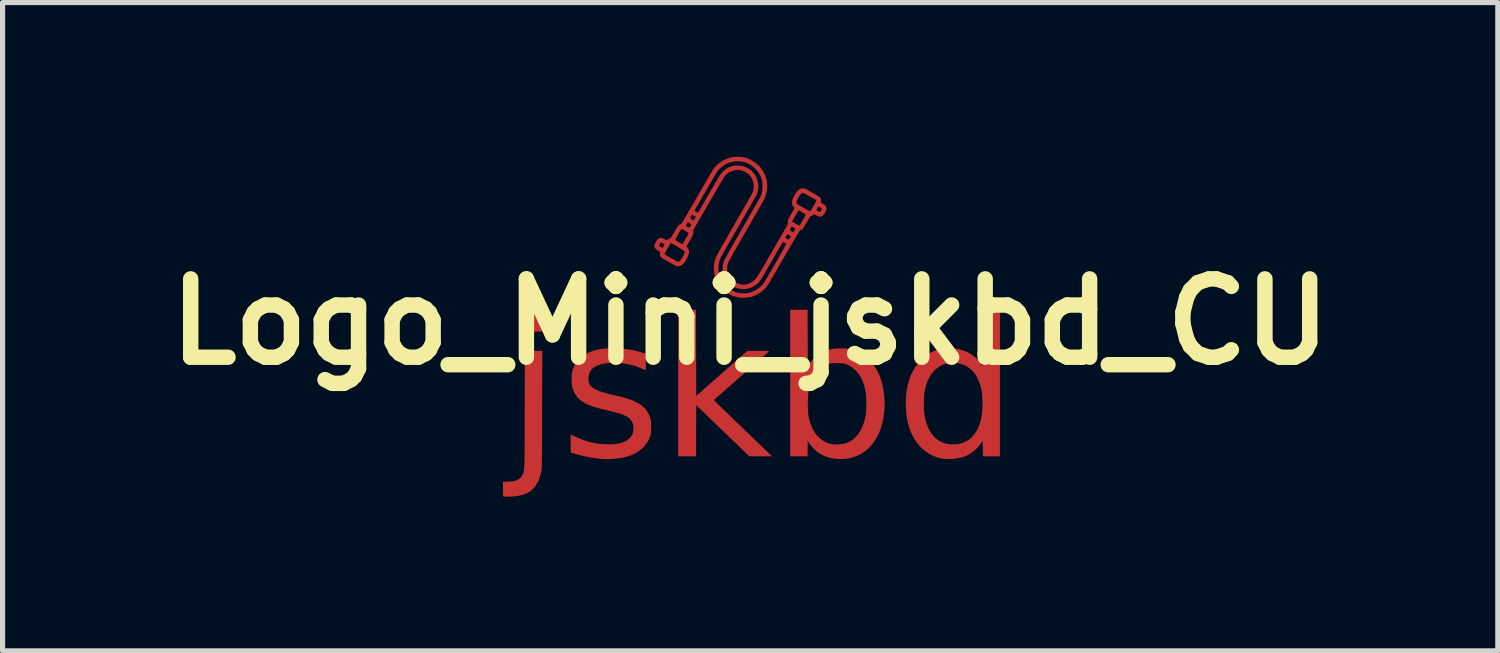
<source format=kicad_pcb>
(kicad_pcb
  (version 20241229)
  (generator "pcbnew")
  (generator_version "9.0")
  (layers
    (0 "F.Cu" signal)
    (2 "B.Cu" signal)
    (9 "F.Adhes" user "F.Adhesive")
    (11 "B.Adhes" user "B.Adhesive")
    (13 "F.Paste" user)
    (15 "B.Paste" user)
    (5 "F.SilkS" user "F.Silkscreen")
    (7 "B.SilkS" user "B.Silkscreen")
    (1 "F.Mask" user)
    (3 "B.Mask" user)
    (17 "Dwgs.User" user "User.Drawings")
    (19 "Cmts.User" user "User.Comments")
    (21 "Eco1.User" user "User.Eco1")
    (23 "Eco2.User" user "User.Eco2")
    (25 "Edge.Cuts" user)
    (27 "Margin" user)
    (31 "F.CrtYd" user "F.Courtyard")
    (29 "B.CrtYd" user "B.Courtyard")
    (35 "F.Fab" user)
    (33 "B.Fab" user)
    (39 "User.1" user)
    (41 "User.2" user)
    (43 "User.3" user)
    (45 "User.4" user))
  (footprint "Logo_Mini_jskbd_CU"
    (layer "F.Cu")
    (at 11.546 3.211)
    (property "Reference" "Logo_Mini_jskbd_CU" (at 0 0 0) (layer "F.SilkS") (effects (font (size 1.524 1.524) (thickness 0.3))))
    (attr board_only exclude_from_pos_files exclude_from_bom)
    (fp_poly (pts (xy -4.046 0.191) (xy -4.385 0.191) (xy -4.385 -0.233) (xy -4.046 -0.233)) (stroke (width 0) (type solid)) (fill yes) (layer "F.Cu"))
    (fp_poly (pts (xy -1.05 1.442) (xy -0.553 1.004) (xy -0.055 0.566) (xy 0.162 0.566) (xy 0.222 0.566) (xy 0.271 0.566) (xy 0.307 0.566) (xy 0.334 0.567) (xy 0.352 0.568) (xy 0.363 0.569) (xy 0.368 0.572) (xy 0.368 0.574) (xy 0.366 0.578) (xy 0.364 0.579) (xy 0.357 0.585) (xy 0.34 0.601) (xy 0.314 0.624) (xy 0.279 0.654) (xy 0.237 0.691) (xy 0.188 0.735) (xy 0.133 0.783) (xy 0.072 0.837) (xy 0.007 0.894) (xy -0.062 0.955) (xy -0.134 1.018) (xy -0.163 1.043) (xy -0.236 1.108) (xy -0.306 1.17) (xy -0.373 1.229) (xy -0.436 1.284) (xy -0.493 1.335) (xy -0.545 1.38) (xy -0.59 1.42) (xy -0.628 1.453) (xy -0.658 1.48) (xy -0.679 1.498) (xy -0.69 1.508) (xy -0.692 1.51) (xy -0.708 1.525) (xy -0.159 2.055) (xy -0.084 2.127) (xy -0.013 2.196) (xy 0.056 2.262) (xy 0.12 2.324) (xy 0.18 2.381) (xy 0.234 2.434) (xy 0.282 2.48) (xy 0.324 2.52) (xy 0.358 2.552) (xy 0.384 2.577) (xy 0.402 2.594) (xy 0.409 2.601) (xy 0.409 2.601) (xy 0.428 2.617) (xy -0.018 2.617) (xy -0.534 2.12) (xy -1.05 1.623) (xy -1.054 2.617) (xy -1.401 2.617) (xy -1.401 -0.233) (xy -1.054 -0.233)) (stroke (width 0) (type solid)) (fill yes) (layer "F.Cu"))
    (fp_poly (pts (xy -4.048 1.703) (xy -4.048 1.852) (xy -4.049 1.988) (xy -4.049 2.112) (xy -4.049 2.223) (xy -4.05 2.322) (xy -4.05 2.411) (xy -4.05 2.49) (xy -4.051 2.559) (xy -4.051 2.62) (xy -4.052 2.672) (xy -4.053 2.717) (xy -4.053 2.755) (xy -4.054 2.788) (xy -4.055 2.815) (xy -4.056 2.837) (xy -4.057 2.855) (xy -4.058 2.87) (xy -4.059 2.882) (xy -4.061 2.892) (xy -4.062 2.9) (xy -4.074 2.953) (xy -4.085 2.996) (xy -4.096 3.033) (xy -4.11 3.07) (xy -4.127 3.108) (xy -4.133 3.119) (xy -4.172 3.188) (xy -4.22 3.246) (xy -4.276 3.295) (xy -4.342 3.334) (xy -4.418 3.364) (xy -4.505 3.385) (xy -4.583 3.395) (xy -4.62 3.398) (xy -4.66 3.4) (xy -4.7 3.402) (xy -4.737 3.402) (xy -4.768 3.402) (xy -4.792 3.4) (xy -4.804 3.398) (xy -4.805 3.398) (xy -4.807 3.389) (xy -4.808 3.369) (xy -4.809 3.339) (xy -4.81 3.302) (xy -4.81 3.259) (xy -4.81 3.253) (xy -4.81 3.112) (xy -4.737 3.112) (xy -4.658 3.108) (xy -4.59 3.097) (xy -4.534 3.079) (xy -4.489 3.054) (xy -4.455 3.021) (xy -4.431 2.98) (xy -4.427 2.971) (xy -4.422 2.958) (xy -4.418 2.947) (xy -4.414 2.936) (xy -4.41 2.925) (xy -4.407 2.913) (xy -4.404 2.899) (xy -4.402 2.883) (xy -4.4 2.864) (xy -4.398 2.841) (xy -4.396 2.814) (xy -4.394 2.782) (xy -4.393 2.744) (xy -4.392 2.699) (xy -4.391 2.648) (xy -4.391 2.589) (xy -4.39 2.522) (xy -4.389 2.445) (xy -4.389 2.358) (xy -4.389 2.262) (xy -4.388 2.153) (xy -4.388 2.034) (xy -4.388 1.901) (xy -4.388 1.755) (xy -4.387 1.699) (xy -4.385 0.566) (xy -4.045 0.566)) (stroke (width 0) (type solid)) (fill yes) (layer "F.Cu"))
    (fp_poly (pts (xy 1.121 0.864) (xy 1.156 0.814) (xy 1.216 0.737) (xy 1.286 0.671) (xy 1.365 0.616) (xy 1.452 0.572) (xy 1.546 0.54) (xy 1.549 0.539) (xy 1.594 0.53) (xy 1.649 0.523) (xy 1.709 0.519) (xy 1.77 0.517) (xy 1.829 0.517) (xy 1.88 0.52) (xy 1.901 0.523) (xy 2.001 0.546) (xy 2.095 0.582) (xy 2.183 0.63) (xy 2.264 0.691) (xy 2.339 0.764) (xy 2.408 0.85) (xy 2.463 0.937) (xy 2.511 1.032) (xy 2.549 1.137) (xy 2.579 1.249) (xy 2.6 1.366) (xy 2.612 1.487) (xy 2.616 1.61) (xy 2.61 1.733) (xy 2.595 1.853) (xy 2.571 1.97) (xy 2.539 2.081) (xy 2.499 2.178) (xy 2.445 2.281) (xy 2.383 2.372) (xy 2.313 2.451) (xy 2.235 2.519) (xy 2.151 2.574) (xy 2.06 2.617) (xy 1.963 2.648) (xy 1.86 2.666) (xy 1.751 2.671) (xy 1.659 2.666) (xy 1.574 2.652) (xy 1.49 2.628) (xy 1.411 2.596) (xy 1.342 2.558) (xy 1.34 2.557) (xy 1.302 2.528) (xy 1.26 2.491) (xy 1.218 2.448) (xy 1.18 2.405) (xy 1.154 2.37) (xy 1.118 2.318) (xy 1.118 2.617) (xy 0.778 2.617) (xy 0.778 1.618) (xy 1.121 1.618) (xy 1.122 1.677) (xy 1.124 1.73) (xy 1.127 1.775) (xy 1.131 1.807) (xy 1.151 1.909) (xy 1.178 1.998) (xy 1.211 2.078) (xy 1.252 2.148) (xy 1.3 2.212) (xy 1.329 2.242) (xy 1.391 2.296) (xy 1.455 2.336) (xy 1.524 2.364) (xy 1.599 2.381) (xy 1.623 2.383) (xy 1.651 2.386) (xy 1.675 2.387) (xy 1.699 2.387) (xy 1.728 2.385) (xy 1.765 2.381) (xy 1.778 2.38) (xy 1.854 2.365) (xy 1.925 2.337) (xy 1.99 2.297) (xy 2.05 2.245) (xy 2.103 2.183) (xy 2.15 2.109) (xy 2.189 2.026) (xy 2.221 1.934) (xy 2.244 1.833) (xy 2.251 1.792) (xy 2.255 1.748) (xy 2.258 1.695) (xy 2.26 1.634) (xy 2.26 1.571) (xy 2.258 1.508) (xy 2.255 1.449) (xy 2.251 1.398) (xy 2.247 1.369) (xy 2.224 1.264) (xy 2.193 1.168) (xy 2.153 1.082) (xy 2.105 1.006) (xy 2.049 0.942) (xy 1.986 0.888) (xy 1.915 0.846) (xy 1.857 0.822) (xy 1.833 0.815) (xy 1.813 0.81) (xy 1.792 0.806) (xy 1.767 0.805) (xy 1.734 0.804) (xy 1.691 0.803) (xy 1.691 0.803) (xy 1.647 0.804) (xy 1.615 0.805) (xy 1.59 0.806) (xy 1.568 0.81) (xy 1.548 0.815) (xy 1.525 0.822) (xy 1.524 0.822) (xy 1.446 0.856) (xy 1.376 0.901) (xy 1.313 0.957) (xy 1.26 1.025) (xy 1.214 1.104) (xy 1.177 1.195) (xy 1.147 1.297) (xy 1.134 1.365) (xy 1.129 1.4) (xy 1.126 1.446) (xy 1.123 1.5) (xy 1.122 1.559) (xy 1.121 1.618) (xy 0.778 1.618) (xy 0.778 -0.233) (xy 1.117 -0.233)) (stroke (width 0) (type solid)) (fill yes) (layer "F.Cu"))
    (fp_poly (pts (xy 4.859 2.617) (xy 4.527 2.617) (xy 4.525 2.467) (xy 4.523 2.316) (xy 4.492 2.362) (xy 4.431 2.44) (xy 4.362 2.507) (xy 4.285 2.564) (xy 4.202 2.608) (xy 4.149 2.629) (xy 4.083 2.647) (xy 4.008 2.66) (xy 3.93 2.669) (xy 3.852 2.671) (xy 3.779 2.668) (xy 3.763 2.666) (xy 3.663 2.647) (xy 3.569 2.614) (xy 3.479 2.569) (xy 3.397 2.512) (xy 3.32 2.443) (xy 3.251 2.363) (xy 3.19 2.272) (xy 3.16 2.216) (xy 3.114 2.115) (xy 3.078 2.008) (xy 3.052 1.894) (xy 3.036 1.773) (xy 3.028 1.642) (xy 3.028 1.613) (xy 3.379 1.613) (xy 3.38 1.677) (xy 3.383 1.737) (xy 3.388 1.787) (xy 3.391 1.807) (xy 3.414 1.917) (xy 3.444 2.015) (xy 3.482 2.101) (xy 3.527 2.175) (xy 3.58 2.239) (xy 3.641 2.292) (xy 3.676 2.315) (xy 3.745 2.349) (xy 3.82 2.372) (xy 3.902 2.384) (xy 3.986 2.385) (xy 4.071 2.374) (xy 4.078 2.372) (xy 4.12 2.361) (xy 4.166 2.343) (xy 4.211 2.321) (xy 4.247 2.3) (xy 4.263 2.288) (xy 4.284 2.269) (xy 4.306 2.249) (xy 4.306 2.248) (xy 4.365 2.181) (xy 4.414 2.105) (xy 4.454 2.019) (xy 4.485 1.923) (xy 4.506 1.817) (xy 4.518 1.701) (xy 4.521 1.599) (xy 4.518 1.496) (xy 4.511 1.404) (xy 4.499 1.322) (xy 4.481 1.246) (xy 4.456 1.174) (xy 4.427 1.108) (xy 4.401 1.06) (xy 4.376 1.019) (xy 4.348 0.983) (xy 4.313 0.945) (xy 4.304 0.936) (xy 4.245 0.888) (xy 4.178 0.848) (xy 4.105 0.82) (xy 4.06 0.809) (xy 4.007 0.802) (xy 3.947 0.8) (xy 3.887 0.803) (xy 3.83 0.81) (xy 3.788 0.82) (xy 3.712 0.851) (xy 3.643 0.895) (xy 3.581 0.949) (xy 3.526 1.015) (xy 3.48 1.092) (xy 3.441 1.179) (xy 3.411 1.277) (xy 3.391 1.377) (xy 3.385 1.425) (xy 3.381 1.483) (xy 3.379 1.547) (xy 3.379 1.613) (xy 3.028 1.613) (xy 3.027 1.593) (xy 3.031 1.465) (xy 3.043 1.347) (xy 3.063 1.237) (xy 3.092 1.133) (xy 3.13 1.033) (xy 3.155 0.98) (xy 3.208 0.886) (xy 3.27 0.8) (xy 3.339 0.724) (xy 3.416 0.659) (xy 3.499 0.605) (xy 3.586 0.564) (xy 3.593 0.561) (xy 3.648 0.543) (xy 3.701 0.53) (xy 3.758 0.522) (xy 3.82 0.518) (xy 3.892 0.518) (xy 3.904 0.518) (xy 3.954 0.52) (xy 3.994 0.523) (xy 4.027 0.527) (xy 4.057 0.532) (xy 4.089 0.54) (xy 4.091 0.54) (xy 4.183 0.571) (xy 4.269 0.613) (xy 4.347 0.666) (xy 4.416 0.728) (xy 4.475 0.799) (xy 4.49 0.822) (xy 4.504 0.842) (xy 4.515 0.857) (xy 4.522 0.863) (xy 4.522 0.863) (xy 4.522 0.856) (xy 4.523 0.836) (xy 4.524 0.804) (xy 4.525 0.761) (xy 4.525 0.708) (xy 4.526 0.647) (xy 4.526 0.578) (xy 4.527 0.502) (xy 4.527 0.421) (xy 4.527 0.335) (xy 4.527 0.315) (xy 4.527 -0.233) (xy 4.859 -0.233)) (stroke (width 0) (type solid)) (fill yes) (layer "F.Cu"))
    (fp_poly (pts (xy -2.564 0.518) (xy -2.497 0.522) (xy -2.448 0.527) (xy -2.339 0.542) (xy -2.241 0.56) (xy -2.15 0.584) (xy -2.071 0.609) (xy -2.03 0.624) (xy -2.03 0.782) (xy -2.03 0.828) (xy -2.031 0.869) (xy -2.031 0.902) (xy -2.032 0.926) (xy -2.033 0.939) (xy -2.033 0.941) (xy -2.041 0.938) (xy -2.058 0.931) (xy -2.082 0.92) (xy -2.099 0.913) (xy -2.217 0.867) (xy -2.336 0.833) (xy -2.458 0.811) (xy -2.586 0.801) (xy -2.652 0.799) (xy -2.751 0.803) (xy -2.84 0.814) (xy -2.918 0.831) (xy -2.986 0.856) (xy -3.042 0.887) (xy -3.082 0.921) (xy -3.11 0.96) (xy -3.131 1.007) (xy -3.144 1.059) (xy -3.148 1.113) (xy -3.142 1.164) (xy -3.134 1.189) (xy -3.121 1.217) (xy -3.104 1.245) (xy -3.095 1.257) (xy -3.063 1.285) (xy -3.018 1.312) (xy -2.959 1.339) (xy -2.886 1.365) (xy -2.799 1.391) (xy -2.698 1.415) (xy -2.684 1.419) (xy -2.62 1.433) (xy -2.566 1.445) (xy -2.521 1.456) (xy -2.482 1.466) (xy -2.447 1.476) (xy -2.412 1.487) (xy -2.381 1.497) (xy -2.285 1.532) (xy -2.203 1.571) (xy -2.132 1.614) (xy -2.073 1.662) (xy -2.024 1.717) (xy -1.984 1.778) (xy -1.954 1.846) (xy -1.944 1.874) (xy -1.938 1.896) (xy -1.933 1.915) (xy -1.931 1.936) (xy -1.929 1.962) (xy -1.928 1.996) (xy -1.928 2.039) (xy -1.928 2.051) (xy -1.928 2.097) (xy -1.929 2.132) (xy -1.93 2.159) (xy -1.933 2.18) (xy -1.937 2.199) (xy -1.943 2.218) (xy -1.946 2.229) (xy -1.981 2.31) (xy -2.027 2.383) (xy -2.085 2.449) (xy -2.154 2.507) (xy -2.234 2.557) (xy -2.324 2.599) (xy -2.406 2.627) (xy -2.471 2.642) (xy -2.546 2.655) (xy -2.629 2.664) (xy -2.714 2.67) (xy -2.799 2.672) (xy -2.88 2.669) (xy -2.916 2.666) (xy -2.989 2.658) (xy -3.07 2.646) (xy -3.156 2.63) (xy -3.242 2.612) (xy -3.326 2.592) (xy -3.402 2.571) (xy -3.452 2.556) (xy -3.491 2.543) (xy -3.493 2.368) (xy -3.494 2.194) (xy -3.404 2.235) (xy -3.286 2.285) (xy -3.174 2.324) (xy -3.065 2.353) (xy -2.956 2.372) (xy -2.846 2.382) (xy -2.762 2.384) (xy -2.669 2.382) (xy -2.588 2.373) (xy -2.518 2.359) (xy -2.457 2.338) (xy -2.404 2.31) (xy -2.36 2.277) (xy -2.32 2.234) (xy -2.292 2.188) (xy -2.276 2.135) (xy -2.272 2.075) (xy -2.272 2.053) (xy -2.276 2.016) (xy -2.282 1.987) (xy -2.293 1.959) (xy -2.298 1.949) (xy -2.314 1.921) (xy -2.333 1.896) (xy -2.357 1.873) (xy -2.386 1.852) (xy -2.422 1.832) (xy -2.466 1.812) (xy -2.518 1.793) (xy -2.581 1.774) (xy -2.655 1.754) (xy -2.741 1.732) (xy -2.801 1.718) (xy -2.855 1.705) (xy -2.91 1.691) (xy -2.963 1.677) (xy -3.01 1.664) (xy -3.048 1.653) (xy -3.066 1.647) (xy -3.157 1.612) (xy -3.236 1.572) (xy -3.302 1.526) (xy -3.357 1.474) (xy -3.402 1.414) (xy -3.436 1.347) (xy -3.459 1.277) (xy -3.468 1.233) (xy -3.473 1.18) (xy -3.475 1.123) (xy -3.474 1.066) (xy -3.47 1.013) (xy -3.464 0.979) (xy -3.439 0.895) (xy -3.402 0.819) (xy -3.353 0.751) (xy -3.293 0.691) (xy -3.222 0.639) (xy -3.14 0.596) (xy -3.047 0.561) (xy -2.952 0.537) (xy -2.904 0.529) (xy -2.845 0.523) (xy -2.779 0.519) (xy -2.708 0.517) (xy -2.635 0.517)) (stroke (width 0) (type solid)) (fill yes) (layer "F.Cu"))
    (fp_poly (pts (xy -0.204 -3.209) (xy -0.145 -3.204) (xy -0.094 -3.194) (xy -0.081 -3.19) (xy 0.002 -3.156) (xy 0.078 -3.112) (xy 0.145 -3.059) (xy 0.203 -2.998) (xy 0.251 -2.929) (xy 0.288 -2.855) (xy 0.314 -2.777) (xy 0.329 -2.694) (xy 0.331 -2.61) (xy 0.32 -2.525) (xy 0.301 -2.456) (xy 0.297 -2.445) (xy 0.294 -2.435) (xy 0.29 -2.425) (xy 0.286 -2.415) (xy 0.28 -2.402) (xy 0.273 -2.388) (xy 0.264 -2.37) (xy 0.253 -2.349) (xy 0.238 -2.323) (xy 0.221 -2.291) (xy 0.199 -2.254) (xy 0.174 -2.209) (xy 0.144 -2.157) (xy 0.109 -2.096) (xy 0.068 -2.026) (xy 0.022 -1.945) (xy -0.031 -1.854) (xy -0.08 -1.768) (xy -0.129 -1.684) (xy -0.175 -1.603) (xy -0.22 -1.526) (xy -0.261 -1.453) (xy -0.3 -1.386) (xy -0.334 -1.325) (xy -0.364 -1.271) (xy -0.389 -1.226) (xy -0.409 -1.191) (xy -0.423 -1.165) (xy -0.43 -1.151) (xy -0.431 -1.149) (xy -0.445 -1.097) (xy -0.449 -1.04) (xy -0.443 -0.981) (xy -0.426 -0.924) (xy -0.4 -0.871) (xy -0.4 -0.871) (xy -0.362 -0.823) (xy -0.314 -0.782) (xy -0.258 -0.751) (xy -0.198 -0.73) (xy -0.137 -0.722) (xy -0.131 -0.722) (xy -0.072 -0.728) (xy -0.014 -0.747) (xy 0.041 -0.778) (xy 0.091 -0.819) (xy 0.092 -0.82) (xy 0.101 -0.829) (xy 0.11 -0.84) (xy 0.119 -0.852) (xy 0.131 -0.868) (xy 0.143 -0.887) (xy 0.159 -0.91) (xy 0.177 -0.939) (xy 0.198 -0.975) (xy 0.223 -1.017) (xy 0.253 -1.067) (xy 0.287 -1.127) (xy 0.327 -1.195) (xy 0.372 -1.274) (xy 0.425 -1.365) (xy 0.435 -1.383) (xy 0.581 -1.637) (xy 0.686 -1.637) (xy 0.692 -1.63) (xy 0.706 -1.619) (xy 0.723 -1.609) (xy 0.739 -1.601) (xy 0.747 -1.599) (xy 0.755 -1.604) (xy 0.767 -1.619) (xy 0.774 -1.631) (xy 0.785 -1.649) (xy 0.79 -1.662) (xy 0.791 -1.665) (xy 0.784 -1.67) (xy 0.769 -1.679) (xy 0.756 -1.686) (xy 0.723 -1.705) (xy 0.704 -1.674) (xy 0.694 -1.655) (xy 0.687 -1.641) (xy 0.686 -1.637) (xy 0.581 -1.637) (xy 0.667 -1.785) (xy 0.771 -1.785) (xy 0.777 -1.779) (xy 0.791 -1.768) (xy 0.804 -1.76) (xy 0.838 -1.741) (xy 0.857 -1.774) (xy 0.868 -1.793) (xy 0.875 -1.807) (xy 0.877 -1.811) (xy 0.871 -1.816) (xy 0.857 -1.825) (xy 0.842 -1.834) (xy 0.807 -1.854) (xy 0.789 -1.823) (xy 0.779 -1.804) (xy 0.772 -1.79) (xy 0.771 -1.785) (xy 0.667 -1.785) (xy 0.732 -1.899) (xy 0.73 -1.938) (xy 0.73 -1.952) (xy 0.73 -1.952) (xy 0.814 -1.952) (xy 0.886 -1.91) (xy 0.915 -1.894) (xy 0.939 -1.882) (xy 0.955 -1.874) (xy 0.963 -1.873) (xy 0.967 -1.881) (xy 0.978 -1.898) (xy 0.993 -1.924) (xy 1.011 -1.955) (xy 1.024 -1.979) (xy 1.044 -2.013) (xy 1.06 -2.043) (xy 1.073 -2.066) (xy 1.081 -2.081) (xy 1.082 -2.085) (xy 1.076 -2.091) (xy 1.061 -2.101) (xy 1.04 -2.114) (xy 1.015 -2.129) (xy 0.99 -2.143) (xy 0.967 -2.156) (xy 0.95 -2.164) (xy 0.942 -2.167) (xy 0.938 -2.161) (xy 0.927 -2.144) (xy 0.912 -2.12) (xy 0.893 -2.089) (xy 0.876 -2.059) (xy 0.814 -1.952) (xy 0.73 -1.952) (xy 0.73 -1.964) (xy 0.734 -1.978) (xy 0.74 -1.994) (xy 0.75 -2.014) (xy 0.766 -2.043) (xy 0.787 -2.08) (xy 0.796 -2.096) (xy 0.864 -2.214) (xy 0.842 -2.239) (xy 0.825 -2.262) (xy 0.816 -2.284) (xy 0.814 -2.312) (xy 0.814 -2.316) (xy 0.899 -2.316) (xy 0.903 -2.302) (xy 0.904 -2.301) (xy 0.912 -2.294) (xy 0.93 -2.281) (xy 0.956 -2.265) (xy 0.987 -2.247) (xy 1.021 -2.227) (xy 1.056 -2.207) (xy 1.09 -2.189) (xy 1.121 -2.172) (xy 1.146 -2.16) (xy 1.163 -2.152) (xy 1.17 -2.15) (xy 1.175 -2.158) (xy 1.184 -2.173) (xy 1.287 -2.173) (xy 1.317 -2.154) (xy 1.336 -2.144) (xy 1.351 -2.137) (xy 1.355 -2.136) (xy 1.363 -2.142) (xy 1.373 -2.157) (xy 1.381 -2.17) (xy 1.4 -2.204) (xy 1.364 -2.224) (xy 1.345 -2.234) (xy 1.331 -2.24) (xy 1.327 -2.241) (xy 1.322 -2.234) (xy 1.313 -2.219) (xy 1.306 -2.206) (xy 1.287 -2.173) (xy 1.184 -2.173) (xy 1.187 -2.176) (xy 1.202 -2.202) (xy 1.221 -2.234) (xy 1.235 -2.258) (xy 1.254 -2.292) (xy 1.27 -2.321) (xy 1.282 -2.345) (xy 1.288 -2.36) (xy 1.289 -2.364) (xy 1.278 -2.371) (xy 1.258 -2.384) (xy 1.231 -2.4) (xy 1.198 -2.418) (xy 1.163 -2.438) (xy 1.127 -2.458) (xy 1.093 -2.476) (xy 1.063 -2.492) (xy 1.039 -2.503) (xy 1.025 -2.51) (xy 1.021 -2.511) (xy 1.005 -2.505) (xy 0.985 -2.487) (xy 0.964 -2.459) (xy 0.941 -2.423) (xy 0.926 -2.395) (xy 0.91 -2.36) (xy 0.901 -2.334) (xy 0.899 -2.316) (xy 0.814 -2.316) (xy 0.815 -2.338) (xy 0.822 -2.373) (xy 0.837 -2.413) (xy 0.858 -2.456) (xy 0.883 -2.497) (xy 0.91 -2.534) (xy 0.938 -2.564) (xy 0.964 -2.583) (xy 0.988 -2.591) (xy 1.018 -2.595) (xy 1.026 -2.596) (xy 1.039 -2.595) (xy 1.051 -2.594) (xy 1.065 -2.59) (xy 1.081 -2.584) (xy 1.102 -2.573) (xy 1.13 -2.558) (xy 1.166 -2.537) (xy 1.206 -2.514) (xy 1.247 -2.49) (xy 1.285 -2.468) (xy 1.317 -2.448) (xy 1.342 -2.433) (xy 1.357 -2.423) (xy 1.36 -2.42) (xy 1.373 -2.399) (xy 1.38 -2.371) (xy 1.38 -2.344) (xy 1.379 -2.339) (xy 1.377 -2.328) (xy 1.38 -2.319) (xy 1.391 -2.31) (xy 1.412 -2.298) (xy 1.449 -2.273) (xy 1.473 -2.248) (xy 1.484 -2.221) (xy 1.484 -2.19) (xy 1.471 -2.153) (xy 1.453 -2.12) (xy 1.428 -2.082) (xy 1.403 -2.057) (xy 1.377 -2.046) (xy 1.347 -2.046) (xy 1.312 -2.058) (xy 1.29 -2.069) (xy 1.244 -2.095) (xy 1.223 -2.076) (xy 1.206 -2.065) (xy 1.191 -2.059) (xy 1.188 -2.058) (xy 1.182 -2.057) (xy 1.176 -2.054) (xy 1.168 -2.046) (xy 1.159 -2.033) (xy 1.146 -2.013) (xy 1.128 -1.984) (xy 1.106 -1.946) (xy 1.086 -1.911) (xy 1.062 -1.87) (xy 1.043 -1.839) (xy 1.027 -1.817) (xy 1.014 -1.802) (xy 1.001 -1.792) (xy 0.987 -1.786) (xy 0.978 -1.783) (xy 0.973 -1.78) (xy 0.967 -1.772) (xy 0.957 -1.759) (xy 0.944 -1.739) (xy 0.927 -1.713) (xy 0.907 -1.679) (xy 0.882 -1.637) (xy 0.852 -1.587) (xy 0.816 -1.527) (xy 0.775 -1.456) (xy 0.728 -1.375) (xy 0.675 -1.283) (xy 0.658 -1.254) (xy 0.612 -1.174) (xy 0.567 -1.097) (xy 0.525 -1.023) (xy 0.485 -0.955) (xy 0.448 -0.893) (xy 0.415 -0.837) (xy 0.387 -0.789) (xy 0.364 -0.75) (xy 0.346 -0.72) (xy 0.334 -0.701) (xy 0.33 -0.695) (xy 0.277 -0.634) (xy 0.213 -0.58) (xy 0.141 -0.534) (xy 0.061 -0.498) (xy 0.032 -0.488) (xy -0.005 -0.479) (xy -0.051 -0.473) (xy -0.103 -0.469) (xy -0.155 -0.468) (xy -0.203 -0.47) (xy -0.244 -0.475) (xy -0.252 -0.477) (xy -0.337 -0.503) (xy -0.417 -0.542) (xy -0.489 -0.592) (xy -0.554 -0.652) (xy -0.609 -0.721) (xy -0.653 -0.798) (xy -0.686 -0.881) (xy -0.701 -0.95) (xy -0.707 -1.026) (xy -0.703 -1.104) (xy -0.69 -1.181) (xy -0.668 -1.252) (xy -0.662 -1.266) (xy -0.655 -1.28) (xy -0.642 -1.305) (xy -0.622 -1.34) (xy -0.597 -1.385) (xy -0.568 -1.438) (xy -0.533 -1.499) (xy -0.495 -1.566) (xy -0.453 -1.639) (xy -0.409 -1.716) (xy -0.363 -1.797) (xy -0.314 -1.881) (xy -0.308 -1.892) (xy -0.26 -1.976) (xy -0.213 -2.057) (xy -0.168 -2.134) (xy -0.127 -2.207) (xy -0.088 -2.275) (xy -0.053 -2.335) (xy -0.023 -2.389) (xy 0.003 -2.434) (xy 0.023 -2.47) (xy 0.037 -2.495) (xy 0.044 -2.51) (xy 0.045 -2.511) (xy 0.064 -2.567) (xy 0.071 -2.628) (xy 0.066 -2.691) (xy 0.049 -2.753) (xy 0.03 -2.796) (xy -0.004 -2.844) (xy -0.048 -2.885) (xy -0.099 -2.917) (xy -0.156 -2.94) (xy -0.216 -2.953) (xy -0.275 -2.953) (xy -0.292 -2.951) (xy -0.354 -2.935) (xy -0.41 -2.909) (xy -0.459 -2.874) (xy -0.498 -2.832) (xy -0.501 -2.827) (xy -0.508 -2.816) (xy -0.521 -2.795) (xy -0.54 -2.762) (xy -0.565 -2.721) (xy -0.594 -2.671) (xy -0.627 -2.614) (xy -0.664 -2.55) (xy -0.704 -2.481) (xy -0.747 -2.407) (xy -0.792 -2.33) (xy -0.814 -2.292) (xy -1.107 -1.786) (xy -1.107 -1.74) (xy -1.108 -1.723) (xy -1.109 -1.709) (xy -1.113 -1.695) (xy -1.12 -1.678) (xy -1.13 -1.657) (xy -1.146 -1.628) (xy -1.168 -1.591) (xy -1.173 -1.583) (xy -1.194 -1.547) (xy -1.212 -1.516) (xy -1.226 -1.49) (xy -1.235 -1.473) (xy -1.238 -1.466) (xy -1.233 -1.457) (xy -1.224 -1.447) (xy -1.207 -1.424) (xy -1.195 -1.393) (xy -1.19 -1.359) (xy -1.19 -1.34) (xy -1.197 -1.312) (xy -1.21 -1.277) (xy -1.228 -1.238) (xy -1.25 -1.199) (xy -1.272 -1.164) (xy -1.292 -1.139) (xy -1.322 -1.11) (xy -1.35 -1.092) (xy -1.381 -1.084) (xy -1.406 -1.082) (xy -1.42 -1.083) (xy -1.434 -1.086) (xy -1.451 -1.092) (xy -1.473 -1.102) (xy -1.502 -1.118) (xy -1.54 -1.14) (xy -1.546 -1.143) (xy -1.584 -1.165) (xy -1.62 -1.186) (xy -1.652 -1.204) (xy -1.677 -1.218) (xy -1.687 -1.224) (xy -1.72 -1.244) (xy -1.74 -1.263) (xy -1.752 -1.282) (xy -1.757 -1.306) (xy -1.757 -1.317) (xy -1.664 -1.317) (xy -1.664 -1.314) (xy -1.654 -1.307) (xy -1.634 -1.295) (xy -1.608 -1.279) (xy -1.576 -1.26) (xy -1.541 -1.24) (xy -1.506 -1.22) (xy -1.473 -1.202) (xy -1.444 -1.186) (xy -1.421 -1.175) (xy -1.408 -1.168) (xy -1.405 -1.168) (xy -1.388 -1.17) (xy -1.379 -1.174) (xy -1.367 -1.185) (xy -1.351 -1.205) (xy -1.333 -1.231) (xy -1.315 -1.261) (xy -1.299 -1.289) (xy -1.287 -1.315) (xy -1.284 -1.322) (xy -1.277 -1.344) (xy -1.276 -1.358) (xy -1.279 -1.369) (xy -1.283 -1.375) (xy -1.291 -1.382) (xy -1.308 -1.394) (xy -1.334 -1.411) (xy -1.364 -1.43) (xy -1.398 -1.451) (xy -1.432 -1.471) (xy -1.466 -1.491) (xy -1.496 -1.508) (xy -1.521 -1.522) (xy -1.539 -1.531) (xy -1.546 -1.533) (xy -1.546 -1.533) (xy -1.551 -1.526) (xy -1.561 -1.509) (xy -1.575 -1.484) (xy -1.593 -1.453) (xy -1.609 -1.425) (xy -1.631 -1.387) (xy -1.648 -1.355) (xy -1.659 -1.331) (xy -1.664 -1.317) (xy -1.757 -1.317) (xy -1.757 -1.322) (xy -1.756 -1.362) (xy -1.8 -1.388) (xy -1.836 -1.414) (xy -1.858 -1.442) (xy -1.866 -1.471) (xy -1.866 -1.475) (xy -1.774 -1.475) (xy -1.767 -1.47) (xy -1.753 -1.462) (xy -1.735 -1.452) (xy -1.719 -1.442) (xy -1.708 -1.437) (xy -1.707 -1.436) (xy -1.703 -1.441) (xy -1.694 -1.455) (xy -1.687 -1.467) (xy -1.677 -1.485) (xy -1.67 -1.5) (xy -1.669 -1.504) (xy -1.675 -1.51) (xy -1.69 -1.521) (xy -1.703 -1.529) (xy -1.737 -1.548) (xy -1.757 -1.513) (xy -1.767 -1.493) (xy -1.773 -1.479) (xy -1.774 -1.475) (xy -1.866 -1.475) (xy -1.865 -1.487) (xy -1.858 -1.507) (xy -1.844 -1.534) (xy -1.828 -1.563) (xy -1.81 -1.59) (xy -1.793 -1.611) (xy -1.785 -1.619) (xy -1.757 -1.632) (xy -1.724 -1.632) (xy -1.686 -1.62) (xy -1.666 -1.609) (xy -1.624 -1.585) (xy -1.619 -1.589) (xy -1.457 -1.589) (xy -1.457 -1.589) (xy -1.449 -1.584) (xy -1.433 -1.573) (xy -1.411 -1.56) (xy -1.386 -1.546) (xy -1.361 -1.531) (xy -1.339 -1.52) (xy -1.324 -1.511) (xy -1.318 -1.509) (xy -1.314 -1.515) (xy -1.305 -1.532) (xy -1.29 -1.556) (xy -1.272 -1.587) (xy -1.256 -1.615) (xy -1.236 -1.65) (xy -1.219 -1.68) (xy -1.206 -1.704) (xy -1.198 -1.72) (xy -1.195 -1.725) (xy -1.201 -1.73) (xy -1.216 -1.74) (xy -1.238 -1.753) (xy -1.262 -1.768) (xy -1.288 -1.783) (xy -1.31 -1.795) (xy -1.327 -1.804) (xy -1.335 -1.807) (xy -1.341 -1.801) (xy -1.351 -1.786) (xy -1.366 -1.762) (xy -1.383 -1.733) (xy -1.4 -1.702) (xy -1.418 -1.67) (xy -1.434 -1.641) (xy -1.446 -1.616) (xy -1.455 -1.598) (xy -1.457 -1.589) (xy -1.619 -1.589) (xy -1.603 -1.602) (xy -1.583 -1.614) (xy -1.565 -1.622) (xy -1.563 -1.622) (xy -1.555 -1.626) (xy -1.546 -1.635) (xy -1.533 -1.652) (xy -1.517 -1.677) (xy -1.497 -1.711) (xy -1.476 -1.747) (xy -1.447 -1.796) (xy -1.424 -1.833) (xy -1.405 -1.861) (xy -1.397 -1.869) (xy -1.252 -1.869) (xy -1.246 -1.862) (xy -1.232 -1.852) (xy -1.218 -1.844) (xy -1.2 -1.834) (xy -1.188 -1.831) (xy -1.179 -1.836) (xy -1.169 -1.851) (xy -1.159 -1.87) (xy -1.151 -1.887) (xy -1.147 -1.897) (xy -1.147 -1.899) (xy -1.154 -1.903) (xy -1.169 -1.912) (xy -1.182 -1.919) (xy -1.215 -1.938) (xy -1.234 -1.907) (xy -1.244 -1.888) (xy -1.251 -1.873) (xy -1.252 -1.869) (xy -1.397 -1.869) (xy -1.389 -1.879) (xy -1.375 -1.89) (xy -1.363 -1.895) (xy -1.357 -1.896) (xy -1.345 -1.901) (xy -1.331 -1.916) (xy -1.327 -1.922) (xy -1.321 -1.932) (xy -1.308 -1.954) (xy -1.289 -1.986) (xy -1.271 -2.017) (xy -1.167 -2.017) (xy -1.162 -2.011) (xy -1.149 -2.001) (xy -1.132 -1.99) (xy -1.116 -1.98) (xy -1.105 -1.974) (xy -1.103 -1.974) (xy -1.098 -1.979) (xy -1.088 -1.993) (xy -1.08 -2.006) (xy -1.069 -2.024) (xy -1.062 -2.038) (xy -1.061 -2.043) (xy -1.067 -2.049) (xy -1.082 -2.058) (xy -1.096 -2.067) (xy -1.131 -2.086) (xy -1.149 -2.054) (xy -1.159 -2.035) (xy -1.166 -2.021) (xy -1.167 -2.017) (xy -1.271 -2.017) (xy -1.266 -2.027) (xy -1.237 -2.076) (xy -1.204 -2.133) (xy -1.182 -2.171) (xy -1.079 -2.171) (xy -1.078 -2.161) (xy -1.066 -2.15) (xy -1.05 -2.141) (xy -1.031 -2.13) (xy -1.018 -2.123) (xy -1.015 -2.122) (xy -1.011 -2.128) (xy -1.001 -2.145) (xy -0.985 -2.172) (xy -0.964 -2.209) (xy -0.938 -2.253) (xy -0.908 -2.305) (xy -0.875 -2.362) (xy -0.839 -2.425) (xy -0.801 -2.491) (xy -0.798 -2.495) (xy -0.754 -2.573) (xy -0.715 -2.639) (xy -0.683 -2.695) (xy -0.655 -2.742) (xy -0.632 -2.781) (xy -0.613 -2.813) (xy -0.596 -2.839) (xy -0.582 -2.86) (xy -0.57 -2.877) (xy -0.559 -2.891) (xy -0.548 -2.903) (xy -0.537 -2.915) (xy -0.531 -2.922) (xy -0.473 -2.971) (xy -0.412 -3.007) (xy -0.345 -3.03) (xy -0.273 -3.041) (xy -0.245 -3.041) (xy -0.17 -3.035) (xy -0.099 -3.015) (xy -0.034 -2.983) (xy 0.025 -2.939) (xy 0.075 -2.884) (xy 0.088 -2.866) (xy 0.124 -2.802) (xy 0.148 -2.733) (xy 0.159 -2.661) (xy 0.157 -2.59) (xy 0.143 -2.52) (xy 0.125 -2.473) (xy 0.119 -2.462) (xy 0.107 -2.439) (xy 0.088 -2.406) (xy 0.064 -2.364) (xy 0.035 -2.312) (xy 0.002 -2.254) (xy -0.036 -2.188) (xy -0.077 -2.117) (xy -0.121 -2.041) (xy -0.167 -1.961) (xy -0.215 -1.878) (xy -0.222 -1.865) (xy -0.27 -1.782) (xy -0.316 -1.701) (xy -0.36 -1.625) (xy -0.402 -1.553) (xy -0.44 -1.487) (xy -0.474 -1.427) (xy -0.504 -1.375) (xy -0.528 -1.332) (xy -0.548 -1.298) (xy -0.561 -1.274) (xy -0.568 -1.261) (xy -0.569 -1.26) (xy -0.599 -1.185) (xy -0.616 -1.108) (xy -0.62 -1.029) (xy -0.612 -0.951) (xy -0.591 -0.875) (xy -0.558 -0.803) (xy -0.513 -0.737) (xy -0.478 -0.698) (xy -0.414 -0.643) (xy -0.343 -0.601) (xy -0.268 -0.572) (xy -0.189 -0.556) (xy -0.106 -0.553) (xy -0.05 -0.559) (xy 0.022 -0.577) (xy 0.092 -0.608) (xy 0.157 -0.648) (xy 0.215 -0.697) (xy 0.263 -0.752) (xy 0.268 -0.759) (xy 0.275 -0.77) (xy 0.288 -0.793) (xy 0.308 -0.825) (xy 0.332 -0.866) (xy 0.36 -0.915) (xy 0.392 -0.97) (xy 0.427 -1.03) (xy 0.465 -1.094) (xy 0.498 -1.152) (xy 0.544 -1.233) (xy 0.584 -1.302) (xy 0.617 -1.36) (xy 0.644 -1.408) (xy 0.665 -1.447) (xy 0.681 -1.477) (xy 0.692 -1.499) (xy 0.698 -1.513) (xy 0.699 -1.521) (xy 0.699 -1.522) (xy 0.671 -1.539) (xy 0.649 -1.548) (xy 0.634 -1.549) (xy 0.631 -1.547) (xy 0.627 -1.54) (xy 0.616 -1.521) (xy 0.599 -1.492) (xy 0.577 -1.454) (xy 0.55 -1.409) (xy 0.52 -1.356) (xy 0.486 -1.298) (xy 0.45 -1.235) (xy 0.413 -1.171) (xy 0.368 -1.093) (xy 0.33 -1.026) (xy 0.297 -0.97) (xy 0.269 -0.923) (xy 0.246 -0.884) (xy 0.226 -0.852) (xy 0.21 -0.827) (xy 0.196 -0.806) (xy 0.184 -0.79) (xy 0.173 -0.776) (xy 0.163 -0.764) (xy 0.156 -0.757) (xy 0.099 -0.709) (xy 0.038 -0.674) (xy -0.027 -0.65) (xy -0.093 -0.639) (xy -0.159 -0.638) (xy -0.225 -0.648) (xy -0.288 -0.669) (xy -0.347 -0.7) (xy -0.4 -0.74) (xy -0.448 -0.789) (xy -0.487 -0.848) (xy -0.516 -0.914) (xy -0.527 -0.951) (xy -0.535 -1.007) (xy -0.536 -1.069) (xy -0.527 -1.129) (xy -0.515 -1.174) (xy -0.509 -1.187) (xy -0.496 -1.211) (xy -0.478 -1.245) (xy -0.454 -1.289) (xy -0.425 -1.341) (xy -0.391 -1.401) (xy -0.353 -1.468) (xy -0.312 -1.54) (xy -0.268 -1.617) (xy -0.222 -1.698) (xy -0.174 -1.782) (xy -0.161 -1.804) (xy -0.103 -1.905) (xy -0.051 -1.995) (xy -0.006 -2.074) (xy 0.034 -2.143) (xy 0.068 -2.203) (xy 0.098 -2.254) (xy 0.123 -2.298) (xy 0.144 -2.335) (xy 0.161 -2.366) (xy 0.175 -2.391) (xy 0.186 -2.412) (xy 0.195 -2.43) (xy 0.202 -2.444) (xy 0.208 -2.456) (xy 0.212 -2.466) (xy 0.216 -2.476) (xy 0.219 -2.485) (xy 0.221 -2.489) (xy 0.23 -2.525) (xy 0.236 -2.569) (xy 0.239 -2.619) (xy 0.239 -2.669) (xy 0.236 -2.715) (xy 0.23 -2.748) (xy 0.206 -2.823) (xy 0.169 -2.894) (xy 0.121 -2.957) (xy 0.063 -3.013) (xy -0.003 -3.059) (xy -0.076 -3.095) (xy -0.097 -3.102) (xy -0.172 -3.12) (xy -0.249 -3.125) (xy -0.326 -3.118) (xy -0.401 -3.099) (xy -0.473 -3.069) (xy -0.538 -3.028) (xy -0.597 -2.977) (xy -0.639 -2.926) (xy -0.647 -2.913) (xy -0.662 -2.89) (xy -0.681 -2.858) (xy -0.705 -2.818) (xy -0.732 -2.771) (xy -0.763 -2.719) (xy -0.796 -2.663) (xy -0.83 -2.605) (xy -0.865 -2.545) (xy -0.899 -2.485) (xy -0.933 -2.427) (xy -0.965 -2.371) (xy -0.995 -2.32) (xy -1.021 -2.274) (xy -1.043 -2.235) (xy -1.061 -2.204) (xy -1.073 -2.182) (xy -1.079 -2.171) (xy -1.079 -2.171) (xy -1.182 -2.171) (xy -1.168 -2.196) (xy -1.128 -2.264) (xy -1.087 -2.336) (xy -1.043 -2.412) (xy -1.033 -2.43) (xy -0.988 -2.507) (xy -0.945 -2.581) (xy -0.905 -2.651) (xy -0.866 -2.717) (xy -0.832 -2.777) (xy -0.801 -2.83) (xy -0.774 -2.876) (xy -0.753 -2.912) (xy -0.737 -2.938) (xy -0.728 -2.954) (xy -0.727 -2.955) (xy -0.675 -3.023) (xy -0.612 -3.082) (xy -0.541 -3.132) (xy -0.462 -3.171) (xy -0.377 -3.198) (xy -0.376 -3.198) (xy -0.324 -3.207) (xy -0.265 -3.211)) (stroke (width 0) (type solid)) (fill yes) (layer "F.Cu")))
  (gr_rect
    (start -3 -3)
    (end 26.092 9.613)
    (stroke (width 0.1) (type default))
    (fill no)
    (layer "Edge.Cuts")))
</source>
